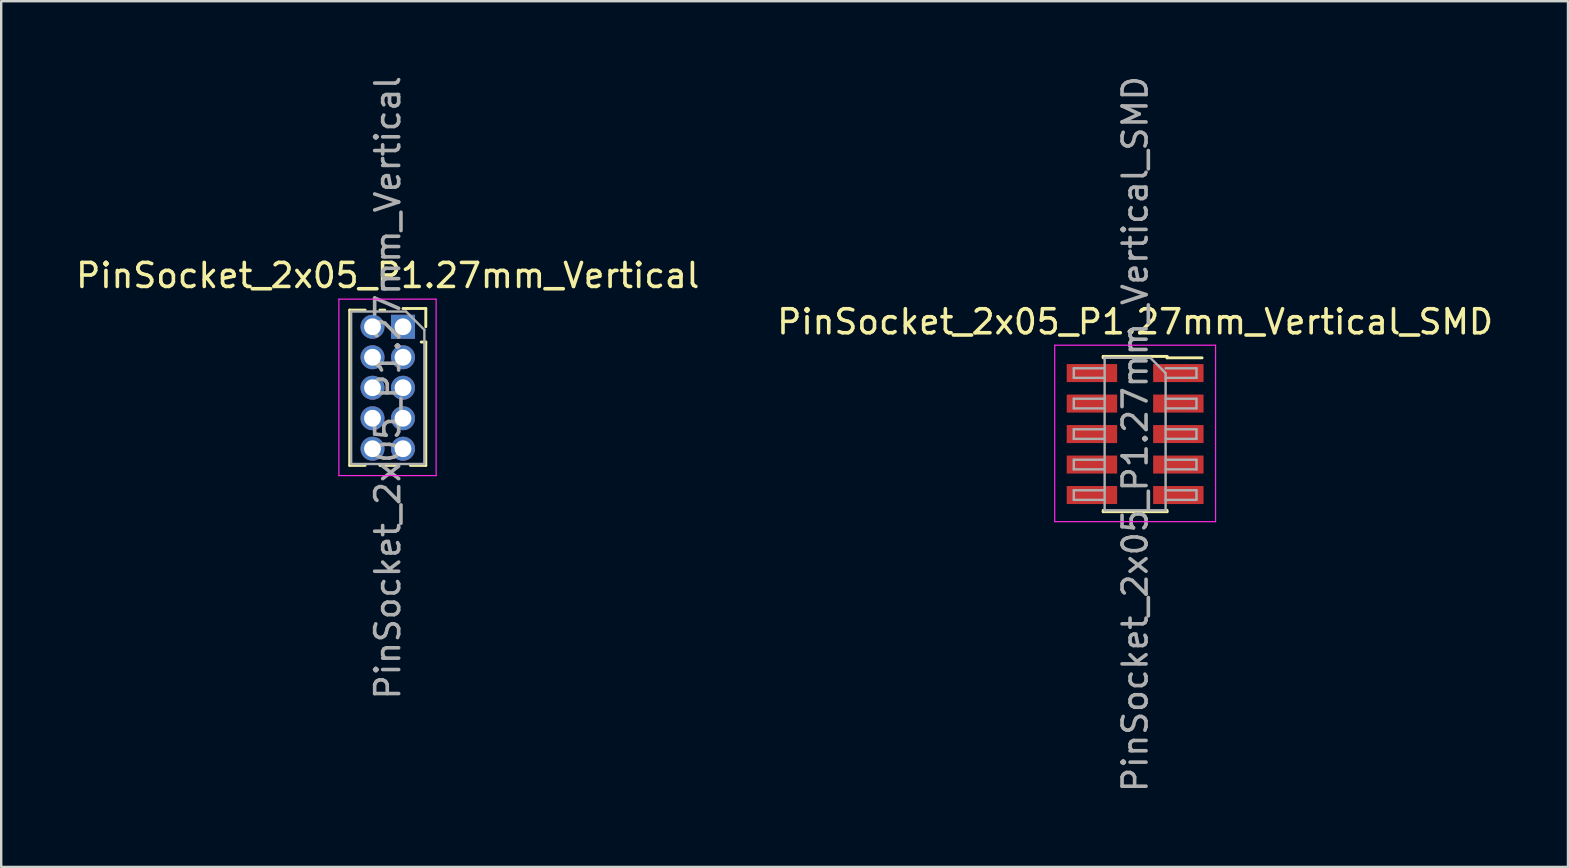
<source format=kicad_pcb>
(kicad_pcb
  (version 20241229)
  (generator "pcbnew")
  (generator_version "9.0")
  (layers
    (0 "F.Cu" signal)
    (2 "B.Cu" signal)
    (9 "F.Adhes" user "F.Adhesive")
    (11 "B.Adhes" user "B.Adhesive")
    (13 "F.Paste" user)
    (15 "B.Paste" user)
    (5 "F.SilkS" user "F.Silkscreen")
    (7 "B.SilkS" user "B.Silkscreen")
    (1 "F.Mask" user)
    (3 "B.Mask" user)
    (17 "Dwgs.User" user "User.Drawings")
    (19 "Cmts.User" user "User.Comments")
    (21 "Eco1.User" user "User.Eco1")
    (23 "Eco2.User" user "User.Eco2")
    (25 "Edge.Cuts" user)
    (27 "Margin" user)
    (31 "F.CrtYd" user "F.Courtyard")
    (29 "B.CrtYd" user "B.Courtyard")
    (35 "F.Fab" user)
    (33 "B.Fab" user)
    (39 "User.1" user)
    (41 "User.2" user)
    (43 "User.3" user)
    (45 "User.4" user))
  (footprint "PinSocket_2x05_P1.27mm_Vertical_SMD"
    (layer "F.Cu")
    (at 44.232 15.03)
    (property "Reference" "PinSocket_2x05_P1.27mm_Vertical_SMD" (at 0 -4.675 0) (layer "F.SilkS") (effects (font (size 1 1) (thickness 0.15))))
    (attr smd)
    (fp_line (start -1.33 -3.235) (end -1.33 -3.175) (stroke (width 0.12) (type solid)) (layer "F.SilkS"))
    (fp_line (start -1.33 -3.235) (end 1.33 -3.235) (stroke (width 0.12) (type solid)) (layer "F.SilkS"))
    (fp_line (start -1.33 3.175) (end -1.33 3.235) (stroke (width 0.12) (type solid)) (layer "F.SilkS"))
    (fp_line (start -1.33 3.235) (end 1.33 3.235) (stroke (width 0.12) (type solid)) (layer "F.SilkS"))
    (fp_line (start 1.33 -3.235) (end 1.33 -3.175) (stroke (width 0.12) (type solid)) (layer "F.SilkS"))
    (fp_line (start 1.33 -3.175) (end 2.79 -3.175) (stroke (width 0.12) (type solid)) (layer "F.SilkS"))
    (fp_line (start 1.33 3.175) (end 1.33 3.235) (stroke (width 0.12) (type solid)) (layer "F.SilkS"))
    (fp_line (start -3.35 -3.7) (end 3.35 -3.7) (stroke (width 0.05) (type solid)) (layer "F.CrtYd"))
    (fp_line (start -3.35 3.65) (end -3.35 -3.7) (stroke (width 0.05) (type solid)) (layer "F.CrtYd"))
    (fp_line (start 3.35 -3.7) (end 3.35 3.65) (stroke (width 0.05) (type solid)) (layer "F.CrtYd"))
    (fp_line (start 3.35 3.65) (end -3.35 3.65) (stroke (width 0.05) (type solid)) (layer "F.CrtYd"))
    (fp_line (start -2.555 -2.74) (end -1.27 -2.74) (stroke (width 0.1) (type solid)) (layer "F.Fab"))
    (fp_line (start -2.555 -2.34) (end -2.555 -2.74) (stroke (width 0.1) (type solid)) (layer "F.Fab"))
    (fp_line (start -2.555 -1.47) (end -1.27 -1.47) (stroke (width 0.1) (type solid)) (layer "F.Fab"))
    (fp_line (start -2.555 -1.07) (end -2.555 -1.47) (stroke (width 0.1) (type solid)) (layer "F.Fab"))
    (fp_line (start -2.555 -0.2) (end -1.27 -0.2) (stroke (width 0.1) (type solid)) (layer "F.Fab"))
    (fp_line (start -2.555 0.2) (end -2.555 -0.2) (stroke (width 0.1) (type solid)) (layer "F.Fab"))
    (fp_line (start -2.555 1.07) (end -1.27 1.07) (stroke (width 0.1) (type solid)) (layer "F.Fab"))
    (fp_line (start -2.555 1.47) (end -2.555 1.07) (stroke (width 0.1) (type solid)) (layer "F.Fab"))
    (fp_line (start -2.555 2.34) (end -1.27 2.34) (stroke (width 0.1) (type solid)) (layer "F.Fab"))
    (fp_line (start -2.555 2.74) (end -2.555 2.34) (stroke (width 0.1) (type solid)) (layer "F.Fab"))
    (fp_line (start -1.27 -3.175) (end 0.635 -3.175) (stroke (width 0.1) (type solid)) (layer "F.Fab"))
    (fp_line (start -1.27 -2.34) (end -2.555 -2.34) (stroke (width 0.1) (type solid)) (layer "F.Fab"))
    (fp_line (start -1.27 -1.07) (end -2.555 -1.07) (stroke (width 0.1) (type solid)) (layer "F.Fab"))
    (fp_line (start -1.27 0.2) (end -2.555 0.2) (stroke (width 0.1) (type solid)) (layer "F.Fab"))
    (fp_line (start -1.27 1.47) (end -2.555 1.47) (stroke (width 0.1) (type solid)) (layer "F.Fab"))
    (fp_line (start -1.27 2.74) (end -2.555 2.74) (stroke (width 0.1) (type solid)) (layer "F.Fab"))
    (fp_line (start -1.27 3.175) (end -1.27 -3.175) (stroke (width 0.1) (type solid)) (layer "F.Fab"))
    (fp_line (start 0.635 -3.175) (end 1.27 -2.54) (stroke (width 0.1) (type solid)) (layer "F.Fab"))
    (fp_line (start 1.27 -2.74) (end 2.555 -2.74) (stroke (width 0.1) (type solid)) (layer "F.Fab"))
    (fp_line (start 1.27 -2.54) (end 1.27 3.175) (stroke (width 0.1) (type solid)) (layer "F.Fab"))
    (fp_line (start 1.27 -1.47) (end 2.555 -1.47) (stroke (width 0.1) (type solid)) (layer "F.Fab"))
    (fp_line (start 1.27 -0.2) (end 2.555 -0.2) (stroke (width 0.1) (type solid)) (layer "F.Fab"))
    (fp_line (start 1.27 1.07) (end 2.555 1.07) (stroke (width 0.1) (type solid)) (layer "F.Fab"))
    (fp_line (start 1.27 2.34) (end 2.555 2.34) (stroke (width 0.1) (type solid)) (layer "F.Fab"))
    (fp_line (start 1.27 3.175) (end -1.27 3.175) (stroke (width 0.1) (type solid)) (layer "F.Fab"))
    (fp_line (start 2.555 -2.74) (end 2.555 -2.34) (stroke (width 0.1) (type solid)) (layer "F.Fab"))
    (fp_line (start 2.555 -2.34) (end 1.27 -2.34) (stroke (width 0.1) (type solid)) (layer "F.Fab"))
    (fp_line (start 2.555 -1.47) (end 2.555 -1.07) (stroke (width 0.1) (type solid)) (layer "F.Fab"))
    (fp_line (start 2.555 -1.07) (end 1.27 -1.07) (stroke (width 0.1) (type solid)) (layer "F.Fab"))
    (fp_line (start 2.555 -0.2) (end 2.555 0.2) (stroke (width 0.1) (type solid)) (layer "F.Fab"))
    (fp_line (start 2.555 0.2) (end 1.27 0.2) (stroke (width 0.1) (type solid)) (layer "F.Fab"))
    (fp_line (start 2.555 1.07) (end 2.555 1.47) (stroke (width 0.1) (type solid)) (layer "F.Fab"))
    (fp_line (start 2.555 1.47) (end 1.27 1.47) (stroke (width 0.1) (type solid)) (layer "F.Fab"))
    (fp_line (start 2.555 2.34) (end 2.555 2.74) (stroke (width 0.1) (type solid)) (layer "F.Fab"))
    (fp_line (start 2.555 2.74) (end 1.27 2.74) (stroke (width 0.1) (type solid)) (layer "F.Fab"))
    (fp_text user "${REFERENCE}" (at 0 0 90) (layer "F.Fab") (effects (font (size 1 1) (thickness 0.15))))
    (pad "1" smd rect (at 1.8 -2.54) (size 2.1 0.75) (layers "F.Cu" "F.Mask" "F.Paste"))
    (pad "2" smd rect (at -1.8 -2.54) (size 2.1 0.75) (layers "F.Cu" "F.Mask" "F.Paste"))
    (pad "3" smd rect (at 1.8 -1.27) (size 2.1 0.75) (layers "F.Cu" "F.Mask" "F.Paste"))
    (pad "4" smd rect (at -1.8 -1.27) (size 2.1 0.75) (layers "F.Cu" "F.Mask" "F.Paste"))
    (pad "5" smd rect (at 1.8 0) (size 2.1 0.75) (layers "F.Cu" "F.Mask" "F.Paste"))
    (pad "6" smd rect (at -1.8 0) (size 2.1 0.75) (layers "F.Cu" "F.Mask" "F.Paste"))
    (pad "7" smd rect (at 1.8 1.27) (size 2.1 0.75) (layers "F.Cu" "F.Mask" "F.Paste"))
    (pad "8" smd rect (at -1.8 1.27) (size 2.1 0.75) (layers "F.Cu" "F.Mask" "F.Paste"))
    (pad "9" smd rect (at 1.8 2.54) (size 2.1 0.75) (layers "F.Cu" "F.Mask" "F.Paste"))
    (pad "10" smd rect (at -1.8 2.54) (size 2.1 0.75) (layers "F.Cu" "F.Mask" "F.Paste")))
  (footprint "PinSocket_2x05_P1.27mm_Vertical"
    (layer "F.Cu")
    (at 13.736 10.561)
    (property "Reference" "PinSocket_2x05_P1.27mm_Vertical" (at -0.635 -2.135 0) (layer "F.SilkS") (effects (font (size 1 1) (thickness 0.15))))
    (attr through_hole)
    (fp_line (start -2.22 -0.695) (end -2.22 5.775) (stroke (width 0.12) (type solid)) (layer "F.SilkS"))
    (fp_line (start -2.22 -0.695) (end -1.578 -0.695) (stroke (width 0.12) (type solid)) (layer "F.SilkS"))
    (fp_line (start -2.22 5.775) (end -1.578 5.775) (stroke (width 0.12) (type solid)) (layer "F.SilkS"))
    (fp_line (start -0.962 -0.695) (end -0.76 -0.695) (stroke (width 0.12) (type solid)) (layer "F.SilkS"))
    (fp_line (start -0.962 5.775) (end -0.308 5.775) (stroke (width 0.12) (type solid)) (layer "F.SilkS"))
    (fp_line (start 0 -0.76) (end 0.95 -0.76) (stroke (width 0.12) (type solid)) (layer "F.SilkS"))
    (fp_line (start 0.308 5.775) (end 0.95 5.775) (stroke (width 0.12) (type solid)) (layer "F.SilkS"))
    (fp_line (start 0.76 0.635) (end 0.95 0.635) (stroke (width 0.12) (type solid)) (layer "F.SilkS"))
    (fp_line (start 0.95 -0.76) (end 0.95 0) (stroke (width 0.12) (type solid)) (layer "F.SilkS"))
    (fp_line (start 0.95 0.635) (end 0.95 5.775) (stroke (width 0.12) (type solid)) (layer "F.SilkS"))
    (fp_line (start -2.67 -1.15) (end 1.38 -1.15) (stroke (width 0.05) (type solid)) (layer "F.CrtYd"))
    (fp_line (start -2.67 6.2) (end -2.67 -1.15) (stroke (width 0.05) (type solid)) (layer "F.CrtYd"))
    (fp_line (start 1.38 -1.15) (end 1.38 6.2) (stroke (width 0.05) (type solid)) (layer "F.CrtYd"))
    (fp_line (start 1.38 6.2) (end -2.67 6.2) (stroke (width 0.05) (type solid)) (layer "F.CrtYd"))
    (fp_line (start -2.16 -0.635) (end 0.128 -0.635) (stroke (width 0.1) (type solid)) (layer "F.Fab"))
    (fp_line (start -2.16 5.715) (end -2.16 -0.635) (stroke (width 0.1) (type solid)) (layer "F.Fab"))
    (fp_line (start 0.128 -0.635) (end 0.89 0.128) (stroke (width 0.1) (type solid)) (layer "F.Fab"))
    (fp_line (start 0.89 0.128) (end 0.89 5.715) (stroke (width 0.1) (type solid)) (layer "F.Fab"))
    (fp_line (start 0.89 5.715) (end -2.16 5.715) (stroke (width 0.1) (type solid)) (layer "F.Fab"))
    (fp_text user "${REFERENCE}" (at -0.635 2.54 90) (layer "F.Fab") (effects (font (size 1 1) (thickness 0.15))))
    (pad "1" thru_hole rect (at 0 0) (size 1 1) (drill 0.7) (layers "*.Cu" "*.Mask"))
    (pad "2" thru_hole oval (at -1.27 0) (size 1 1) (drill 0.7) (layers "*.Cu" "*.Mask"))
    (pad "3" thru_hole oval (at 0 1.27) (size 1 1) (drill 0.7) (layers "*.Cu" "*.Mask"))
    (pad "4" thru_hole oval (at -1.27 1.27) (size 1 1) (drill 0.7) (layers "*.Cu" "*.Mask"))
    (pad "5" thru_hole oval (at 0 2.54) (size 1 1) (drill 0.7) (layers "*.Cu" "*.Mask"))
    (pad "6" thru_hole oval (at -1.27 2.54) (size 1 1) (drill 0.7) (layers "*.Cu" "*.Mask"))
    (pad "7" thru_hole oval (at 0 3.81) (size 1 1) (drill 0.7) (layers "*.Cu" "*.Mask"))
    (pad "8" thru_hole oval (at -1.27 3.81) (size 1 1) (drill 0.7) (layers "*.Cu" "*.Mask"))
    (pad "9" thru_hole oval (at 0 5.08) (size 1 1) (drill 0.7) (layers "*.Cu" "*.Mask"))
    (pad "10" thru_hole oval (at -1.27 5.08) (size 1 1) (drill 0.7) (layers "*.Cu" "*.Mask")))
  (gr_rect
    (start -3 -3)
    (end 62.262 33.06)
    (stroke (width 0.1) (type default))
    (fill no)
    (layer "Edge.Cuts")))
</source>
